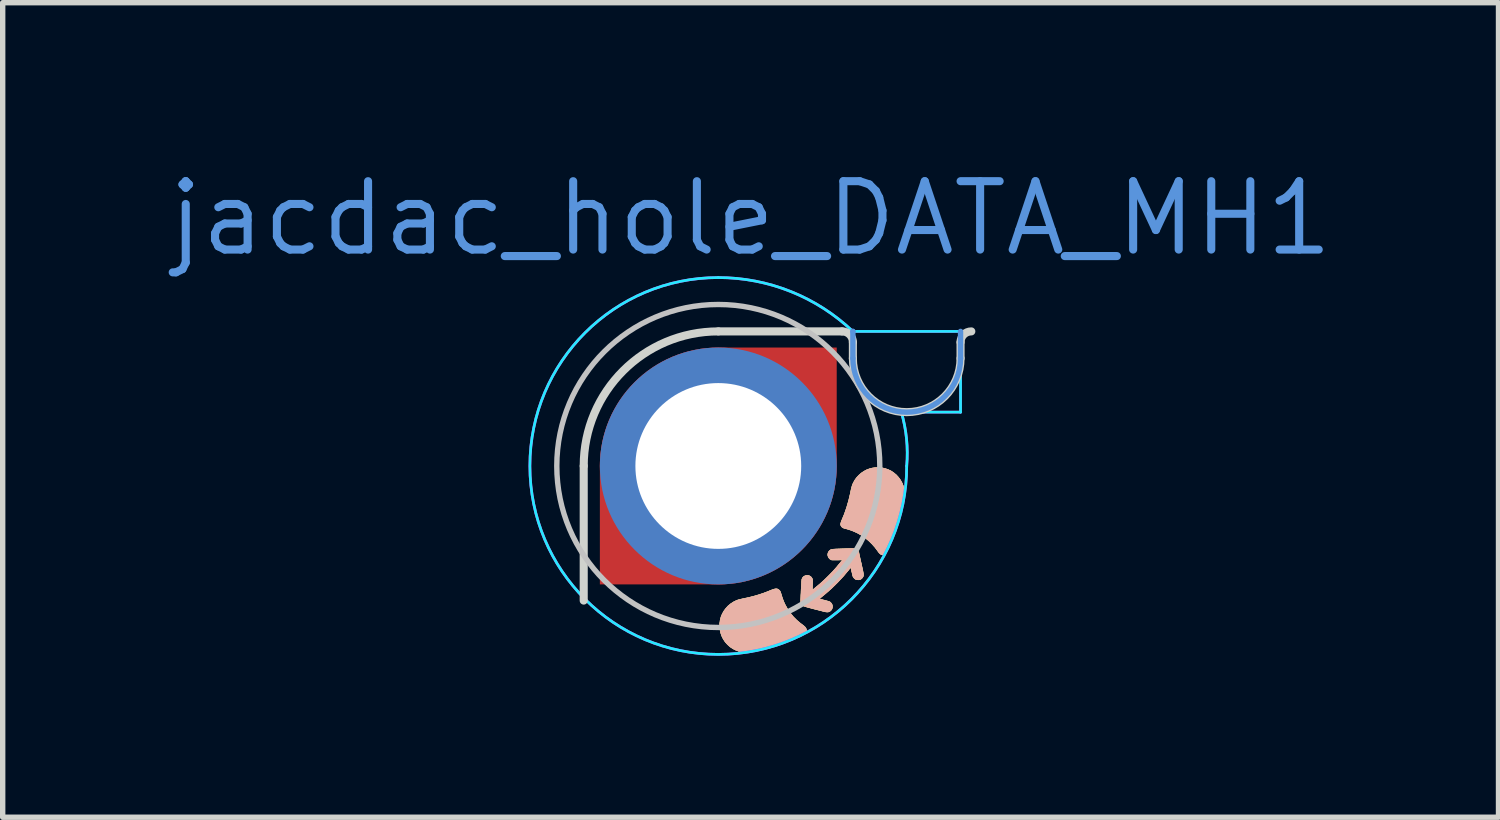
<source format=kicad_pcb>
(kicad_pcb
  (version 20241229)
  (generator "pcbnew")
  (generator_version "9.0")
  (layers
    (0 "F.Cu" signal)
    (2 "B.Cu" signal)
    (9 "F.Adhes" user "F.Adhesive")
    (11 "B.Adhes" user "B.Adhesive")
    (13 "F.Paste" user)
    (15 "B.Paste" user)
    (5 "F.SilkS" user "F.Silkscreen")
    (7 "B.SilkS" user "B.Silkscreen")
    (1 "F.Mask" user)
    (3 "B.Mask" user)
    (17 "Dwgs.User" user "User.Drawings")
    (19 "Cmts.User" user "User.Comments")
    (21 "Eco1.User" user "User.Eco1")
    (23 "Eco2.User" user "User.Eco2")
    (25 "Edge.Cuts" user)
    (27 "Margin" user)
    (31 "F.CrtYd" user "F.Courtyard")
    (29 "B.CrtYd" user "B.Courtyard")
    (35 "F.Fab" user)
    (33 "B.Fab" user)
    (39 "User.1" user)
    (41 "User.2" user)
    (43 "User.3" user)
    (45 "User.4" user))
  (footprint "jacdac_hole_DATA_MH1"
    (layer "F.Cu")
    (at 10.293 5.606)
    (property "Reference" "jacdac_hole_DATA_MH1" (at 0.6 -4.6 0) (layer "Cmts.User") (effects (font (size 1.27 1.27) (thickness 0.15))))
    (attr through_hole)
    (fp_poly (pts (arc (start 0 -2.5) (mid -1.767767 -1.767767) (end -2.5 0)) (xy -2.5 2.5) (arc (start 0 2.5) (mid 1.767767 1.767767) (end 2.5 0)) (xy 2.5 -2.5)) (stroke (width 0) (type solid)) (fill yes) (layer "F.Mask"))
    (fp_circle (center 0 0) (end 0 -2.5) (stroke (width 0) (type solid)) (fill yes) (layer "B.Mask"))
    (fp_poly (pts (xy 1.098 2.285) (xy 1.114 2.293) (xy 1.127 2.303) (xy 1.136 2.312) (xy 1.144 2.321) (xy 1.151 2.333) (xy 1.157 2.349) (xy 1.164 2.369) (xy 1.172 2.396) (xy 1.172 2.396) (xy 1.19 2.453) (xy 1.209 2.505) (xy 1.23 2.554) (xy 1.247 2.588) (xy 1.289 2.663) (xy 1.339 2.734) (xy 1.394 2.802) (xy 1.456 2.864) (xy 1.522 2.92) (xy 1.559 2.948) (xy 1.588 2.97) (xy 1.61 2.99) (xy 1.625 3.01) (xy 1.634 3.029) (xy 1.638 3.049) (xy 1.638 3.054) (xy 1.636 3.073) (xy 1.63 3.09) (xy 1.619 3.105) (xy 1.601 3.12) (xy 1.578 3.136) (xy 1.547 3.152) (xy 1.547 3.153) (xy 1.425 3.21) (xy 1.297 3.263) (xy 1.165 3.313) (xy 1.028 3.357) (xy 0.888 3.397) (xy 0.746 3.431) (xy 0.688 3.443) (xy 0.628 3.454) (xy 0.575 3.461) (xy 0.528 3.464) (xy 0.486 3.463) (xy 0.452 3.459) (xy 0.389 3.445) (xy 0.329 3.423) (xy 0.273 3.395) (xy 0.222 3.361) (xy 0.175 3.32) (xy 0.133 3.274) (xy 0.097 3.222) (xy 0.092 3.213) (xy 0.066 3.161) (xy 0.046 3.104) (xy 0.033 3.046) (xy 0.027 2.986) (xy 0.027 2.925) (xy 0.035 2.866) (xy 0.05 2.808) (xy 0.051 2.804) (xy 0.074 2.748) (xy 0.104 2.695) (xy 0.14 2.646) (xy 0.181 2.601) (xy 0.228 2.562) (xy 0.279 2.528) (xy 0.333 2.501) (xy 0.355 2.492) (xy 0.369 2.488) (xy 0.389 2.482) (xy 0.414 2.476) (xy 0.44 2.47) (xy 0.467 2.464) (xy 0.467 2.464) (xy 0.567 2.443) (xy 0.661 2.419) (xy 0.75 2.393) (xy 0.838 2.364) (xy 0.925 2.331) (xy 0.972 2.311) (xy 1.007 2.298) (xy 1.036 2.288) (xy 1.06 2.283) (xy 1.08 2.282) (xy 1.098 2.285)) (stroke (width 0.01) (type solid)) (fill yes) (layer "F.SilkS"))
    (fp_poly (pts (xy 3.048 0.036) (xy 3.106 0.05) (xy 3.161 0.07) (xy 3.214 0.096) (xy 3.262 0.129) (xy 3.307 0.167) (xy 3.347 0.211) (xy 3.382 0.259) (xy 3.412 0.312) (xy 3.436 0.37) (xy 3.453 0.431) (xy 3.453 0.433) (xy 3.456 0.45) (xy 3.458 0.47) (xy 3.46 0.492) (xy 3.46 0.52) (xy 3.46 0.532) (xy 3.46 0.554) (xy 3.459 0.575) (xy 3.457 0.596) (xy 3.454 0.618) (xy 3.45 0.643) (xy 3.445 0.671) (xy 3.438 0.704) (xy 3.43 0.741) (xy 3.42 0.785) (xy 3.416 0.804) (xy 3.388 0.917) (xy 3.354 1.033) (xy 3.315 1.15) (xy 3.273 1.267) (xy 3.227 1.38) (xy 3.179 1.489) (xy 3.145 1.56) (xy 3.13 1.587) (xy 3.117 1.608) (xy 3.106 1.624) (xy 3.094 1.635) (xy 3.081 1.643) (xy 3.079 1.644) (xy 3.061 1.65) (xy 3.044 1.65) (xy 3.03 1.646) (xy 3.01 1.635) (xy 2.99 1.616) (xy 2.97 1.591) (xy 2.967 1.586) (xy 2.913 1.513) (xy 2.853 1.446) (xy 2.789 1.384) (xy 2.721 1.329) (xy 2.648 1.28) (xy 2.571 1.238) (xy 2.515 1.213) (xy 2.483 1.2) (xy 2.452 1.189) (xy 2.418 1.178) (xy 2.38 1.167) (xy 2.347 1.159) (xy 2.329 1.153) (xy 2.316 1.148) (xy 2.306 1.141) (xy 2.297 1.134) (xy 2.284 1.118) (xy 2.276 1.102) (xy 2.273 1.083) (xy 2.276 1.062) (xy 2.283 1.037) (xy 2.292 1.014) (xy 2.342 0.894) (xy 2.385 0.769) (xy 2.422 0.641) (xy 2.454 0.507) (xy 2.46 0.476) (xy 2.467 0.442) (xy 2.474 0.413) (xy 2.48 0.39) (xy 2.486 0.369) (xy 2.492 0.351) (xy 2.5 0.332) (xy 2.506 0.318) (xy 2.535 0.265) (xy 2.57 0.216) (xy 2.611 0.172) (xy 2.657 0.132) (xy 2.707 0.098) (xy 2.76 0.07) (xy 2.816 0.05) (xy 2.864 0.038) (xy 2.926 0.03) (xy 2.988 0.029) (xy 3.048 0.036)) (stroke (width 0.01) (type solid)) (fill yes) (layer "F.SilkS"))
    (fp_poly (pts (xy 2.505 1.534) (xy 2.522 1.535) (xy 2.535 1.536) (xy 2.546 1.538) (xy 2.554 1.54) (xy 2.562 1.544) (xy 2.568 1.548) (xy 2.575 1.553) (xy 2.578 1.556) (xy 2.589 1.567) (xy 2.599 1.583) (xy 2.607 1.599) (xy 2.612 1.613) (xy 2.613 1.619) (xy 2.614 1.625) (xy 2.616 1.638) (xy 2.62 1.657) (xy 2.625 1.681) (xy 2.632 1.709) (xy 2.639 1.742) (xy 2.647 1.777) (xy 2.655 1.811) (xy 2.665 1.858) (xy 2.674 1.897) (xy 2.681 1.93) (xy 2.687 1.958) (xy 2.691 1.981) (xy 2.694 1.999) (xy 2.695 2.014) (xy 2.696 2.026) (xy 2.695 2.036) (xy 2.694 2.044) (xy 2.691 2.051) (xy 2.69 2.053) (xy 2.679 2.073) (xy 2.662 2.092) (xy 2.643 2.105) (xy 2.625 2.111) (xy 2.602 2.114) (xy 2.58 2.113) (xy 2.559 2.108) (xy 2.551 2.105) (xy 2.535 2.094) (xy 2.52 2.079) (xy 2.508 2.063) (xy 2.503 2.054) (xy 2.5 2.046) (xy 2.497 2.033) (xy 2.492 2.014) (xy 2.487 1.992) (xy 2.481 1.967) (xy 2.48 1.963) (xy 2.475 1.939) (xy 2.47 1.918) (xy 2.466 1.901) (xy 2.463 1.889) (xy 2.461 1.883) (xy 2.461 1.883) (xy 2.458 1.885) (xy 2.452 1.893) (xy 2.442 1.905) (xy 2.429 1.92) (xy 2.422 1.93) (xy 2.322 2.049) (xy 2.216 2.163) (xy 2.105 2.272) (xy 1.987 2.375) (xy 1.927 2.424) (xy 1.91 2.438) (xy 1.896 2.45) (xy 1.885 2.46) (xy 1.879 2.467) (xy 1.878 2.469) (xy 1.882 2.47) (xy 1.893 2.474) (xy 1.91 2.478) (xy 1.931 2.484) (xy 1.954 2.49) (xy 1.964 2.492) (xy 1.995 2.5) (xy 2.019 2.507) (xy 2.038 2.512) (xy 2.052 2.516) (xy 2.063 2.52) (xy 2.071 2.525) (xy 2.078 2.529) (xy 2.085 2.535) (xy 2.088 2.538) (xy 2.105 2.558) (xy 2.116 2.582) (xy 2.12 2.606) (xy 2.118 2.632) (xy 2.111 2.656) (xy 2.097 2.677) (xy 2.078 2.695) (xy 2.065 2.703) (xy 2.054 2.708) (xy 2.042 2.711) (xy 2.03 2.713) (xy 2.016 2.712) (xy 1.998 2.71) (xy 1.976 2.706) (xy 1.948 2.699) (xy 1.918 2.691) (xy 1.89 2.684) (xy 1.856 2.675) (xy 1.819 2.666) (xy 1.78 2.656) (xy 1.742 2.646) (xy 1.708 2.637) (xy 1.671 2.627) (xy 1.641 2.619) (xy 1.617 2.612) (xy 1.598 2.606) (xy 1.584 2.6) (xy 1.572 2.595) (xy 1.564 2.588) (xy 1.557 2.582) (xy 1.55 2.574) (xy 1.546 2.568) (xy 1.542 2.562) (xy 1.539 2.556) (xy 1.536 2.55) (xy 1.534 2.542) (xy 1.533 2.532) (xy 1.532 2.52) (xy 1.532 2.504) (xy 1.532 2.485) (xy 1.533 2.46) (xy 1.534 2.43) (xy 1.535 2.395) (xy 1.538 2.352) (xy 1.539 2.32) (xy 1.541 2.28) (xy 1.543 2.242) (xy 1.546 2.207) (xy 1.548 2.176) (xy 1.549 2.149) (xy 1.551 2.128) (xy 1.552 2.112) (xy 1.553 2.104) (xy 1.554 2.103) (xy 1.564 2.079) (xy 1.579 2.06) (xy 1.599 2.046) (xy 1.622 2.037) (xy 1.646 2.032) (xy 1.671 2.034) (xy 1.695 2.042) (xy 1.717 2.056) (xy 1.718 2.056) (xy 1.732 2.072) (xy 1.743 2.091) (xy 1.744 2.092) (xy 1.747 2.1) (xy 1.749 2.108) (xy 1.751 2.116) (xy 1.751 2.126) (xy 1.752 2.14) (xy 1.751 2.159) (xy 1.75 2.185) (xy 1.75 2.185) (xy 1.749 2.21) (xy 1.748 2.234) (xy 1.747 2.256) (xy 1.746 2.273) (xy 1.745 2.282) (xy 1.744 2.292) (xy 1.744 2.299) (xy 1.745 2.302) (xy 1.749 2.303) (xy 1.755 2.299) (xy 1.766 2.292) (xy 1.781 2.28) (xy 1.801 2.263) (xy 1.805 2.26) (xy 1.888 2.191) (xy 1.97 2.117) (xy 2.05 2.039) (xy 2.127 1.96) (xy 2.199 1.879) (xy 2.265 1.799) (xy 2.298 1.757) (xy 2.309 1.741) (xy 2.273 1.744) (xy 2.256 1.745) (xy 2.234 1.746) (xy 2.209 1.747) (xy 2.183 1.747) (xy 2.174 1.747) (xy 2.149 1.747) (xy 2.131 1.747) (xy 2.117 1.746) (xy 2.107 1.745) (xy 2.099 1.743) (xy 2.095 1.741) (xy 2.072 1.727) (xy 2.054 1.707) (xy 2.041 1.683) (xy 2.034 1.657) (xy 2.034 1.647) (xy 2.037 1.621) (xy 2.047 1.597) (xy 2.063 1.576) (xy 2.083 1.56) (xy 2.094 1.554) (xy 2.099 1.552) (xy 2.104 1.55) (xy 2.11 1.549) (xy 2.118 1.548) (xy 2.129 1.547) (xy 2.142 1.546) (xy 2.159 1.545) (xy 2.18 1.543) (xy 2.207 1.542) (xy 2.239 1.541) (xy 2.277 1.54) (xy 2.323 1.538) (xy 2.34 1.538) (xy 2.386 1.536) (xy 2.425 1.535) (xy 2.457 1.534) (xy 2.483 1.534) (xy 2.505 1.534)) (stroke (width 0.01) (type solid)) (fill yes) (layer "F.SilkS"))
    (fp_poly (pts (xy 1.098 2.285) (xy 1.114 2.293) (xy 1.127 2.303) (xy 1.136 2.312) (xy 1.144 2.321) (xy 1.151 2.333) (xy 1.157 2.349) (xy 1.164 2.369) (xy 1.172 2.396) (xy 1.172 2.396) (xy 1.19 2.453) (xy 1.209 2.505) (xy 1.23 2.554) (xy 1.247 2.588) (xy 1.289 2.663) (xy 1.339 2.734) (xy 1.394 2.802) (xy 1.456 2.864) (xy 1.522 2.92) (xy 1.559 2.948) (xy 1.588 2.97) (xy 1.61 2.99) (xy 1.625 3.01) (xy 1.634 3.029) (xy 1.638 3.049) (xy 1.638 3.054) (xy 1.636 3.073) (xy 1.63 3.09) (xy 1.619 3.105) (xy 1.601 3.12) (xy 1.578 3.136) (xy 1.547 3.152) (xy 1.547 3.153) (xy 1.425 3.21) (xy 1.297 3.263) (xy 1.165 3.313) (xy 1.028 3.357) (xy 0.888 3.397) (xy 0.746 3.431) (xy 0.688 3.443) (xy 0.628 3.454) (xy 0.575 3.461) (xy 0.528 3.464) (xy 0.486 3.463) (xy 0.452 3.459) (xy 0.389 3.445) (xy 0.329 3.423) (xy 0.273 3.395) (xy 0.222 3.361) (xy 0.175 3.32) (xy 0.133 3.274) (xy 0.097 3.222) (xy 0.092 3.213) (xy 0.066 3.161) (xy 0.046 3.104) (xy 0.033 3.046) (xy 0.027 2.986) (xy 0.027 2.925) (xy 0.035 2.866) (xy 0.05 2.808) (xy 0.051 2.804) (xy 0.074 2.748) (xy 0.104 2.695) (xy 0.14 2.646) (xy 0.181 2.601) (xy 0.228 2.562) (xy 0.279 2.528) (xy 0.333 2.501) (xy 0.355 2.492) (xy 0.369 2.488) (xy 0.389 2.482) (xy 0.414 2.476) (xy 0.44 2.47) (xy 0.467 2.464) (xy 0.467 2.464) (xy 0.567 2.443) (xy 0.661 2.419) (xy 0.75 2.393) (xy 0.838 2.364) (xy 0.925 2.331) (xy 0.972 2.311) (xy 1.007 2.298) (xy 1.036 2.288) (xy 1.06 2.283) (xy 1.08 2.282) (xy 1.098 2.285)) (stroke (width 0.01) (type solid)) (fill yes) (layer "B.SilkS"))
    (fp_poly (pts (xy 3.048 0.036) (xy 3.106 0.05) (xy 3.161 0.07) (xy 3.214 0.096) (xy 3.262 0.129) (xy 3.307 0.167) (xy 3.347 0.211) (xy 3.382 0.259) (xy 3.412 0.312) (xy 3.436 0.37) (xy 3.453 0.431) (xy 3.453 0.433) (xy 3.456 0.45) (xy 3.458 0.47) (xy 3.46 0.492) (xy 3.46 0.52) (xy 3.46 0.532) (xy 3.46 0.554) (xy 3.459 0.575) (xy 3.457 0.596) (xy 3.454 0.618) (xy 3.45 0.643) (xy 3.445 0.671) (xy 3.438 0.704) (xy 3.43 0.741) (xy 3.42 0.785) (xy 3.416 0.804) (xy 3.388 0.917) (xy 3.354 1.033) (xy 3.315 1.15) (xy 3.273 1.267) (xy 3.227 1.38) (xy 3.179 1.489) (xy 3.145 1.56) (xy 3.13 1.587) (xy 3.117 1.608) (xy 3.106 1.624) (xy 3.094 1.635) (xy 3.081 1.643) (xy 3.079 1.644) (xy 3.061 1.65) (xy 3.044 1.65) (xy 3.03 1.646) (xy 3.01 1.635) (xy 2.99 1.616) (xy 2.97 1.591) (xy 2.967 1.586) (xy 2.913 1.513) (xy 2.853 1.446) (xy 2.789 1.384) (xy 2.721 1.329) (xy 2.648 1.28) (xy 2.571 1.238) (xy 2.515 1.213) (xy 2.483 1.2) (xy 2.452 1.189) (xy 2.418 1.178) (xy 2.38 1.167) (xy 2.347 1.159) (xy 2.329 1.153) (xy 2.316 1.148) (xy 2.306 1.141) (xy 2.297 1.134) (xy 2.284 1.118) (xy 2.276 1.102) (xy 2.273 1.083) (xy 2.276 1.062) (xy 2.283 1.037) (xy 2.292 1.014) (xy 2.342 0.894) (xy 2.385 0.769) (xy 2.422 0.641) (xy 2.454 0.507) (xy 2.46 0.476) (xy 2.467 0.442) (xy 2.474 0.413) (xy 2.48 0.39) (xy 2.486 0.369) (xy 2.492 0.351) (xy 2.5 0.332) (xy 2.506 0.318) (xy 2.535 0.265) (xy 2.57 0.216) (xy 2.611 0.172) (xy 2.657 0.132) (xy 2.707 0.098) (xy 2.76 0.07) (xy 2.816 0.05) (xy 2.864 0.038) (xy 2.926 0.03) (xy 2.988 0.029) (xy 3.048 0.036)) (stroke (width 0.01) (type solid)) (fill yes) (layer "B.SilkS"))
    (fp_poly (pts (xy 2.505 1.534) (xy 2.522 1.535) (xy 2.535 1.536) (xy 2.546 1.538) (xy 2.554 1.54) (xy 2.562 1.544) (xy 2.568 1.548) (xy 2.575 1.553) (xy 2.578 1.556) (xy 2.589 1.567) (xy 2.599 1.583) (xy 2.607 1.599) (xy 2.612 1.613) (xy 2.613 1.619) (xy 2.614 1.625) (xy 2.616 1.638) (xy 2.62 1.657) (xy 2.625 1.681) (xy 2.632 1.709) (xy 2.639 1.742) (xy 2.647 1.777) (xy 2.655 1.811) (xy 2.665 1.858) (xy 2.674 1.897) (xy 2.681 1.93) (xy 2.687 1.958) (xy 2.691 1.981) (xy 2.694 1.999) (xy 2.695 2.014) (xy 2.696 2.026) (xy 2.695 2.036) (xy 2.694 2.044) (xy 2.691 2.051) (xy 2.69 2.053) (xy 2.679 2.073) (xy 2.662 2.092) (xy 2.643 2.105) (xy 2.625 2.111) (xy 2.602 2.114) (xy 2.58 2.113) (xy 2.559 2.108) (xy 2.551 2.105) (xy 2.535 2.094) (xy 2.52 2.079) (xy 2.508 2.063) (xy 2.503 2.054) (xy 2.5 2.046) (xy 2.497 2.033) (xy 2.492 2.014) (xy 2.487 1.992) (xy 2.481 1.967) (xy 2.48 1.963) (xy 2.475 1.939) (xy 2.47 1.918) (xy 2.466 1.901) (xy 2.463 1.889) (xy 2.461 1.883) (xy 2.461 1.883) (xy 2.458 1.885) (xy 2.452 1.893) (xy 2.442 1.905) (xy 2.429 1.92) (xy 2.422 1.93) (xy 2.322 2.049) (xy 2.216 2.163) (xy 2.105 2.272) (xy 1.987 2.375) (xy 1.927 2.424) (xy 1.91 2.438) (xy 1.896 2.45) (xy 1.885 2.46) (xy 1.879 2.467) (xy 1.878 2.469) (xy 1.882 2.47) (xy 1.893 2.474) (xy 1.91 2.478) (xy 1.931 2.484) (xy 1.954 2.49) (xy 1.964 2.492) (xy 1.995 2.5) (xy 2.019 2.507) (xy 2.038 2.512) (xy 2.052 2.516) (xy 2.063 2.52) (xy 2.071 2.525) (xy 2.078 2.529) (xy 2.085 2.535) (xy 2.088 2.538) (xy 2.105 2.558) (xy 2.116 2.582) (xy 2.12 2.606) (xy 2.118 2.632) (xy 2.111 2.656) (xy 2.097 2.677) (xy 2.078 2.695) (xy 2.065 2.703) (xy 2.054 2.708) (xy 2.042 2.711) (xy 2.03 2.713) (xy 2.016 2.712) (xy 1.998 2.71) (xy 1.976 2.706) (xy 1.948 2.699) (xy 1.918 2.691) (xy 1.89 2.684) (xy 1.856 2.675) (xy 1.819 2.666) (xy 1.78 2.656) (xy 1.742 2.646) (xy 1.708 2.637) (xy 1.671 2.627) (xy 1.641 2.619) (xy 1.617 2.612) (xy 1.598 2.606) (xy 1.584 2.6) (xy 1.572 2.595) (xy 1.564 2.588) (xy 1.557 2.582) (xy 1.55 2.574) (xy 1.546 2.568) (xy 1.542 2.562) (xy 1.539 2.556) (xy 1.536 2.55) (xy 1.534 2.542) (xy 1.533 2.532) (xy 1.532 2.52) (xy 1.532 2.504) (xy 1.532 2.485) (xy 1.533 2.46) (xy 1.534 2.43) (xy 1.535 2.395) (xy 1.538 2.352) (xy 1.539 2.32) (xy 1.541 2.28) (xy 1.543 2.242) (xy 1.546 2.207) (xy 1.548 2.176) (xy 1.549 2.149) (xy 1.551 2.128) (xy 1.552 2.112) (xy 1.553 2.104) (xy 1.554 2.103) (xy 1.564 2.079) (xy 1.579 2.06) (xy 1.599 2.046) (xy 1.622 2.037) (xy 1.646 2.032) (xy 1.671 2.034) (xy 1.695 2.042) (xy 1.717 2.056) (xy 1.718 2.056) (xy 1.732 2.072) (xy 1.743 2.091) (xy 1.744 2.092) (xy 1.747 2.1) (xy 1.749 2.108) (xy 1.751 2.116) (xy 1.751 2.126) (xy 1.752 2.14) (xy 1.751 2.159) (xy 1.75 2.185) (xy 1.75 2.185) (xy 1.749 2.21) (xy 1.748 2.234) (xy 1.747 2.256) (xy 1.746 2.273) (xy 1.745 2.282) (xy 1.744 2.292) (xy 1.744 2.299) (xy 1.745 2.302) (xy 1.749 2.303) (xy 1.755 2.299) (xy 1.766 2.292) (xy 1.781 2.28) (xy 1.801 2.263) (xy 1.805 2.26) (xy 1.888 2.191) (xy 1.97 2.117) (xy 2.05 2.039) (xy 2.127 1.96) (xy 2.199 1.879) (xy 2.265 1.799) (xy 2.298 1.757) (xy 2.309 1.741) (xy 2.273 1.744) (xy 2.256 1.745) (xy 2.234 1.746) (xy 2.209 1.747) (xy 2.183 1.747) (xy 2.174 1.747) (xy 2.149 1.747) (xy 2.131 1.747) (xy 2.117 1.746) (xy 2.107 1.745) (xy 2.099 1.743) (xy 2.095 1.741) (xy 2.072 1.727) (xy 2.054 1.707) (xy 2.041 1.683) (xy 2.034 1.657) (xy 2.034 1.647) (xy 2.037 1.621) (xy 2.047 1.597) (xy 2.063 1.576) (xy 2.083 1.56) (xy 2.094 1.554) (xy 2.099 1.552) (xy 2.104 1.55) (xy 2.11 1.549) (xy 2.118 1.548) (xy 2.129 1.547) (xy 2.142 1.546) (xy 2.159 1.545) (xy 2.18 1.543) (xy 2.207 1.542) (xy 2.239 1.541) (xy 2.277 1.54) (xy 2.323 1.538) (xy 2.34 1.538) (xy 2.386 1.536) (xy 2.425 1.535) (xy 2.457 1.534) (xy 2.483 1.534) (xy 2.505 1.534)) (stroke (width 0.01) (type solid)) (fill yes) (layer "B.SilkS"))
    (fp_circle (center 0 0) (end 0 -3) (stroke (width 0.1) (type default)) (fill no) (layer "Dwgs.User"))
    (fp_line (start 2.5 -2.5) (end 2.5 -2.5) (stroke (width 0.1) (type default)) (layer "Cmts.User"))
    (fp_line (start 2.5 -2) (end 2.5 -2.5) (stroke (width 0.1) (type default)) (layer "Cmts.User"))
    (fp_line (start 4.5 -2) (end 4.5 -2.5) (stroke (width 0.1) (type default)) (layer "Cmts.User"))
    (fp_arc (start 4.5 -2) (mid 3.5 -1) (end 2.5 -2) (stroke (width 0.1) (type default)) (layer "Cmts.User"))
    (fp_line (start -2.5 0) (end -2.5 2.5) (stroke (width 0.15) (type default)) (layer "Edge.Cuts"))
    (fp_line (start 0 -2.5) (end 2.3 -2.5) (stroke (width 0.15) (type default)) (layer "Edge.Cuts"))
    (fp_line (start 2.5 -2) (end 2.5 -2.3) (stroke (width 0.15) (type default)) (layer "Edge.Cuts"))
    (fp_line (start 4.5 -2) (end 4.5 -2.3) (stroke (width 0.15) (type default)) (layer "Edge.Cuts"))
    (fp_arc (start -2.5 0) (mid -1.767767 -1.767767) (end 0 -2.5) (stroke (width 0.15) (type default)) (layer "Edge.Cuts"))
    (fp_arc (start 2.299998 -2.5) (mid 2.441421 -2.441422) (end 2.499998 -2.3) (stroke (width 0.15) (type default)) (layer "Edge.Cuts"))
    (fp_arc (start 4.5 -2.3) (mid 4.558579 -2.441421) (end 4.7 -2.5) (stroke (width 0.15) (type default)) (layer "Edge.Cuts"))
    (fp_arc (start 4.5 -2) (mid 3.5 -1) (end 2.5 -2) (stroke (width 0.15) (type default)) (layer "Edge.Cuts"))
    (fp_line (start 3.4 -1) (end 4.5 -1) (stroke (width 0.05) (type default)) (layer "B.CrtYd"))
    (fp_line (start 4.5 -2.5) (end 2.5 -2.5) (stroke (width 0.05) (type default)) (layer "B.CrtYd"))
    (fp_line (start 4.5 -1) (end 4.5 -2.5) (stroke (width 0.05) (type default)) (layer "B.CrtYd"))
    (fp_arc (start 0 -3.5) (mid 1.346291 -3.240728) (end 2.5 -2.5) (stroke (width 0.05) (type default)) (layer "B.CrtYd"))
    (fp_arc (start 3.4 -1) (mid 3.496731 -0.504673) (end 3.5 0) (stroke (width 0.05) (type default)) (layer "B.CrtYd"))
    (fp_arc (start 3.5 0) (mid -2.474874 2.474874) (end 0 -3.5) (stroke (width 0.05) (type default)) (layer "B.CrtYd"))
    (fp_line (start 3.4 -1) (end 4.5 -1) (stroke (width 0.05) (type default)) (layer "F.CrtYd"))
    (fp_line (start 4.5 -2.5) (end 2.5 -2.5) (stroke (width 0.05) (type default)) (layer "F.CrtYd"))
    (fp_line (start 4.5 -1) (end 4.5 -2.5) (stroke (width 0.05) (type default)) (layer "F.CrtYd"))
    (fp_arc (start 0 -3.5) (mid 1.346291 -3.240728) (end 2.5 -2.5) (stroke (width 0.05) (type default)) (layer "F.CrtYd"))
    (fp_arc (start 3.4 -1) (mid 3.496731 -0.504673) (end 3.5 0) (stroke (width 0.05) (type default)) (layer "F.CrtYd"))
    (fp_arc (start 3.5 0) (mid -2.474874 2.474874) (end 0 -3.5) (stroke (width 0.05) (type default)) (layer "F.CrtYd"))
    (pad "MH1" smd custom (at 0 0 135) (size 1 1) (property pad_prop_fiducial_loc) (layers "F.Cu" "F.Mask") (options (anchor circle)) (primitives (gr_poly (pts (xy 0 -3.111) (arc (start -1.555635 -1.555635) (mid -2.2 0) (end -1.555635 1.555635)) (xy 0 3.111) (arc (start 1.555635 1.555635) (mid 2.2 0) (end 1.555635 -1.555635))) (width 0) (fill yes))))
    (pad "MH1" thru_hole circle (at 0 0 135) (size 4.4 4.4) (drill 3.08) (property pad_prop_fiducial_loc) (layers "*.Cu"))
    (zone (net_name "") (layers "F.Cu" "B.Cu") (hatch edge 0.508) (connect_pads) (min_thickness 0.254) (filled_areas_thickness no) (keepout (tracks allowed) (vias allowed) (pads allowed) (copperpour not_allowed) (footprints allowed)) (placement (enabled no)) (fill) (polygon (pts (xy 10.293 2.601) (xy 9.944 2.621) (xy 9.6 2.682) (xy 9.265 2.782) (xy 8.944 2.921) (xy 8.642 3.095) (xy 8.361 3.304) (xy 8.107 3.544) (xy 7.883 3.812) (xy 7.691 4.104) (xy 7.534 4.416) (xy 7.414 4.744) (xy 7.334 5.084) (xy 7.293 5.431) (xy 7.293 5.781) (xy 7.334 6.128) (xy 7.414 6.468) (xy 7.534 6.796) (xy 7.691 7.109) (xy 7.883 7.401) (xy 8.107 7.668) (xy 8.361 7.908) (xy 8.642 8.117) (xy 8.944 8.292) (xy 9.265 8.43) (xy 9.6 8.53) (xy 9.944 8.591) (xy 10.293 8.611) (xy 10.642 8.591) (xy 10.986 8.53) (xy 11.321 8.43) (xy 11.642 8.292) (xy 11.944 8.117) (xy 12.225 7.908) (xy 12.479 7.668) (xy 12.703 7.401) (xy 12.895 7.109) (xy 13.052 6.796) (xy 13.172 6.468) (xy 13.252 6.128) (xy 13.293 5.781) (xy 13.293 5.431) (xy 13.252 5.084) (xy 13.172 4.744) (xy 13.052 4.416) (xy 12.895 4.104) (xy 12.703 3.812) (xy 12.479 3.544) (xy 12.225 3.304) (xy 11.944 3.095) (xy 11.642 2.921) (xy 11.321 2.782) (xy 10.986 2.682) (xy 10.642 2.621)))))
  (gr_rect
    (start -3 -3)
    (end 24.786 12.131)
    (stroke (width 0.1) (type default))
    (fill no)
    (layer "Edge.Cuts")))
</source>
